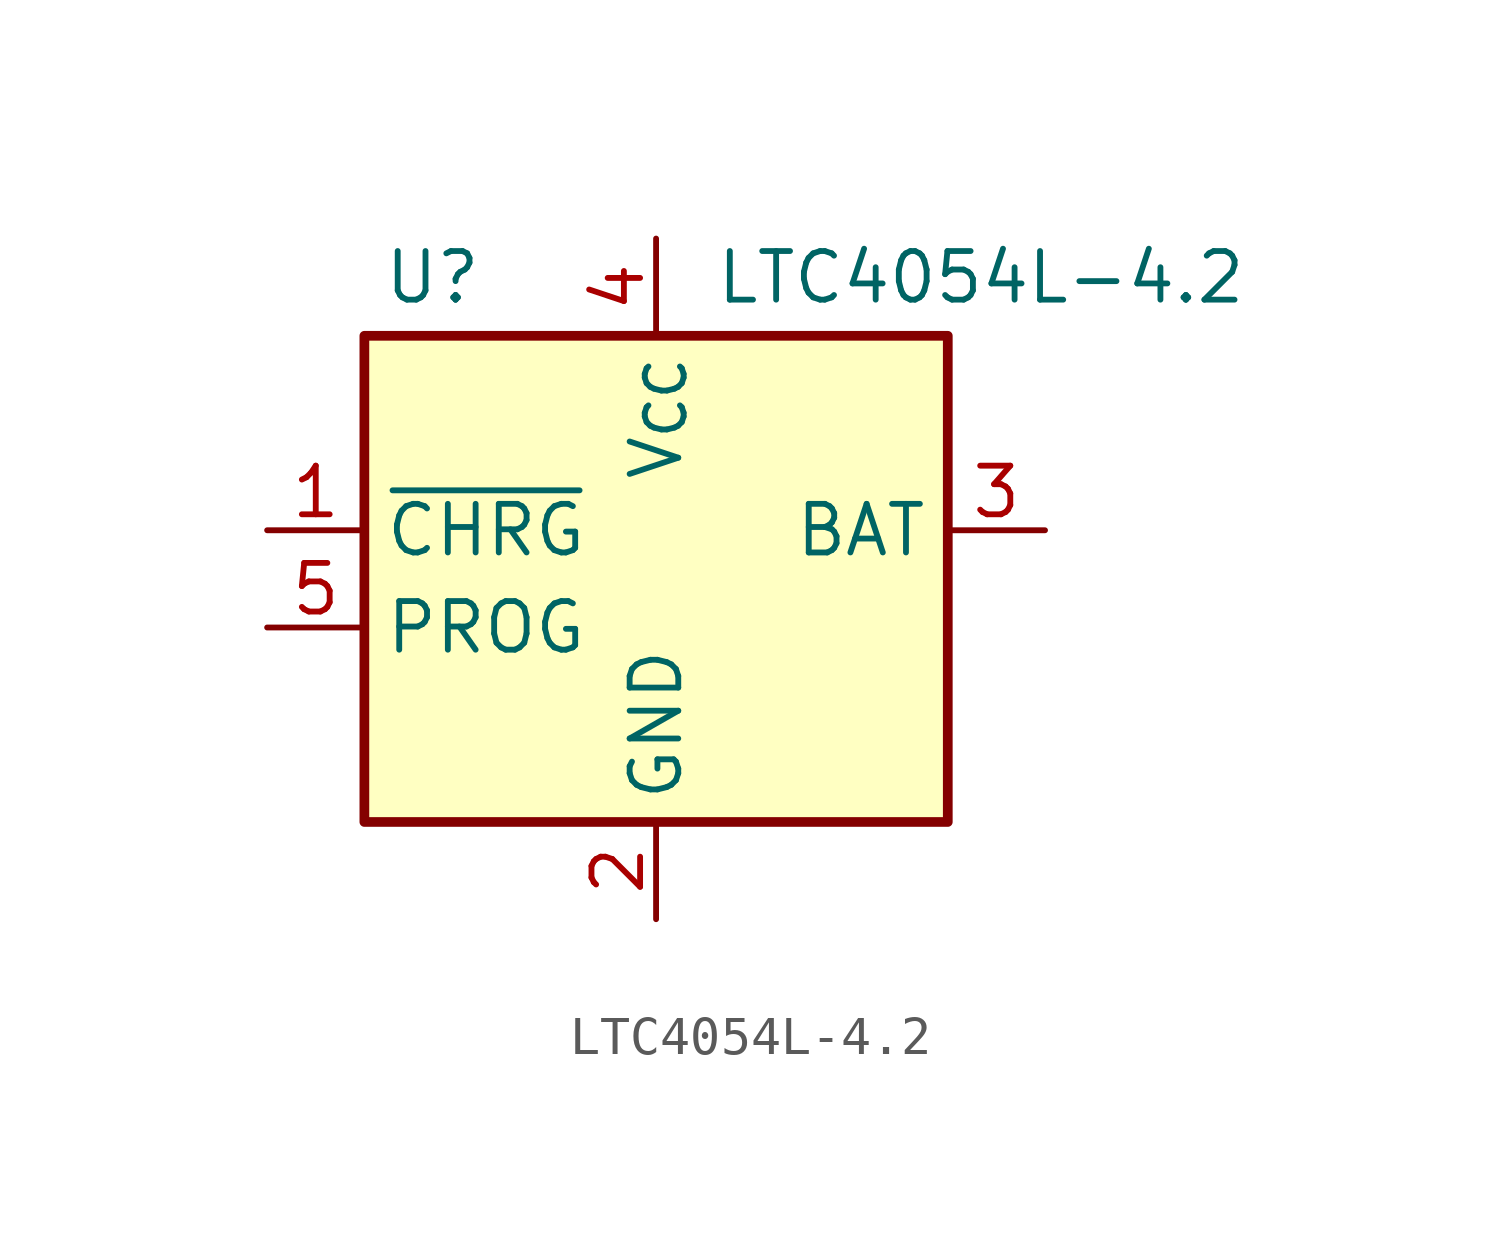
<source format=kicad_sym>
(kicad_symbol_lib
  (version 20220914)
  (generator kicad_symbol_editor)
  (symbol "LTC4054L-4.2"
    (property "Reference" "U"
      (at -5.842 6.604 0)
      (effects (font (size 1.27 1.27))))
    (property "Value" "LTC4054L-4.2"
      (at 1.524 6.604 0)
      (effects (font (size 1.27 1.27)) (justify left)))
    (symbol "LTC4054L-4.2_0_1"
      (rectangle (start -7.62 5.08) (end 7.62 -7.62) (stroke (width 0.254) (type default)) (fill (type background))))
    (symbol "LTC4054L-4.2_1_1"
      (pin open_collector line (at -10.16 0 0) (length 2.54) (name "~{CHRG}" (effects (font (size 1.27 1.27)))) (number "1" (effects (font (size 1.27 1.27)))))
      (pin power_in line (at 0 -10.16 90) (length 2.54) (name "GND" (effects (font (size 1.27 1.27)))) (number "2" (effects (font (size 1.27 1.27)))))
      (pin power_out line (at 10.16 0 180) (length 2.54) (name "BAT" (effects (font (size 1.27 1.27)))) (number "3" (effects (font (size 1.27 1.27)))))
      (pin power_in line (at 0 7.62 270) (length 2.54) (name "V_{CC}" (effects (font (size 1.27 1.27)))) (number "4" (effects (font (size 1.27 1.27)))))
      (pin bidirectional line (at -10.16 -2.54 0) (length 2.54) (name "PROG" (effects (font (size 1.27 1.27)))) (number "5" (effects (font (size 1.27 1.27))))))))
</source>
